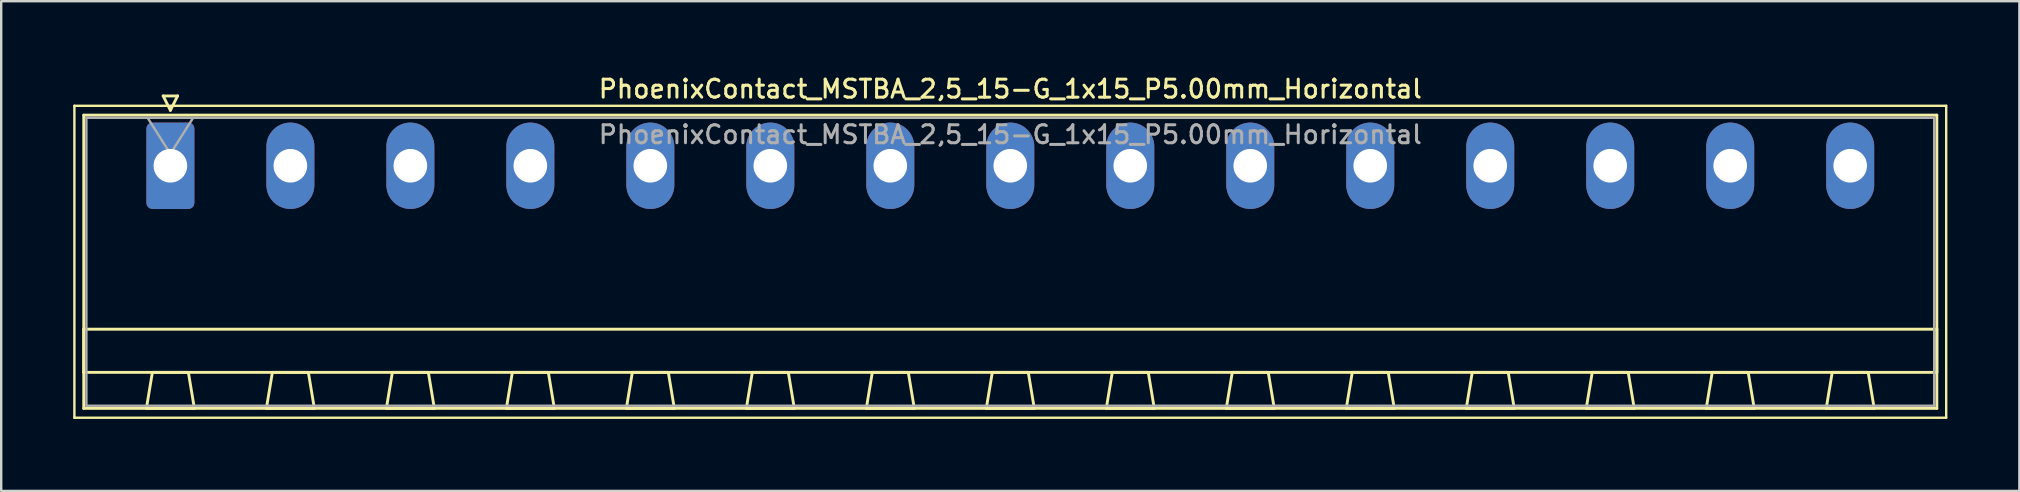
<source format=kicad_pcb>
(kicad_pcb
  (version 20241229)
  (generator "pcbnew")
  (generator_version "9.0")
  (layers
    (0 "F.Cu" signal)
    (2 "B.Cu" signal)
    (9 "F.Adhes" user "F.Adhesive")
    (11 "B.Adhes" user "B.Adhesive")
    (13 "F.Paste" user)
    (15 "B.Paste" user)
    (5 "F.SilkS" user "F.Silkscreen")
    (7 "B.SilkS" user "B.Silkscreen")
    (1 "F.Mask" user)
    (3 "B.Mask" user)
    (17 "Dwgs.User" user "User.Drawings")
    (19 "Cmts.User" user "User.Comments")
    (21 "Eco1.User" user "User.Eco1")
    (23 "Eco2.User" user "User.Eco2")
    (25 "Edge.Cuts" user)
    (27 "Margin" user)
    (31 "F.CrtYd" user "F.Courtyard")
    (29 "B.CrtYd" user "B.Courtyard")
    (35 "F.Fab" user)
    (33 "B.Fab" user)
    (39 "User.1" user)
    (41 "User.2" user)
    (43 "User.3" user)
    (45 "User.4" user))
  (footprint "PhoenixContact_MSTBA_2,5_15-G_1x15_P5.00mm_Horizontal"
    (layer "F.Cu")
    (at 4.05 3.858)
    (property "Reference" "PhoenixContact_MSTBA_2,5_15-G_1x15_P5.00mm_Horizontal" (at 35 -3.2 0) (layer "F.SilkS") (effects (font (size 0.75 0.75) (thickness 0.125))))
    (attr through_hole)
    (fp_line (start -4 -2.5) (end -4 10.5) (stroke (width 0.1) (type solid)) (layer "F.SilkS"))
    (fp_line (start -4 10.5) (end 74 10.5) (stroke (width 0.1) (type solid)) (layer "F.SilkS"))
    (fp_line (start -3.61 -2.11) (end -3.61 10.11) (stroke (width 0.12) (type solid)) (layer "F.SilkS"))
    (fp_line (start -3.61 6.81) (end 73.61 6.81) (stroke (width 0.12) (type solid)) (layer "F.SilkS"))
    (fp_line (start -3.61 8.61) (end -3.61 6.81) (stroke (width 0.12) (type solid)) (layer "F.SilkS"))
    (fp_line (start -3.61 10.11) (end 73.61 10.11) (stroke (width 0.12) (type solid)) (layer "F.SilkS"))
    (fp_line (start -1 10.11) (end 1 10.11) (stroke (width 0.12) (type solid)) (layer "F.SilkS"))
    (fp_line (start -0.75 8.61) (end -1 10.11) (stroke (width 0.12) (type solid)) (layer "F.SilkS"))
    (fp_line (start -0.3 -2.91) (end 0.3 -2.91) (stroke (width 0.12) (type solid)) (layer "F.SilkS"))
    (fp_line (start 0 -2.31) (end -0.3 -2.91) (stroke (width 0.12) (type solid)) (layer "F.SilkS"))
    (fp_line (start 0.3 -2.91) (end 0 -2.31) (stroke (width 0.12) (type solid)) (layer "F.SilkS"))
    (fp_line (start 0.75 8.61) (end -0.75 8.61) (stroke (width 0.12) (type solid)) (layer "F.SilkS"))
    (fp_line (start 1 10.11) (end 0.75 8.61) (stroke (width 0.12) (type solid)) (layer "F.SilkS"))
    (fp_line (start 4 10.11) (end 6 10.11) (stroke (width 0.12) (type solid)) (layer "F.SilkS"))
    (fp_line (start 4.25 8.61) (end 4 10.11) (stroke (width 0.12) (type solid)) (layer "F.SilkS"))
    (fp_line (start 5.75 8.61) (end 4.25 8.61) (stroke (width 0.12) (type solid)) (layer "F.SilkS"))
    (fp_line (start 6 10.11) (end 5.75 8.61) (stroke (width 0.12) (type solid)) (layer "F.SilkS"))
    (fp_line (start 9 10.11) (end 11 10.11) (stroke (width 0.12) (type solid)) (layer "F.SilkS"))
    (fp_line (start 9.25 8.61) (end 9 10.11) (stroke (width 0.12) (type solid)) (layer "F.SilkS"))
    (fp_line (start 10.75 8.61) (end 9.25 8.61) (stroke (width 0.12) (type solid)) (layer "F.SilkS"))
    (fp_line (start 11 10.11) (end 10.75 8.61) (stroke (width 0.12) (type solid)) (layer "F.SilkS"))
    (fp_line (start 14 10.11) (end 16 10.11) (stroke (width 0.12) (type solid)) (layer "F.SilkS"))
    (fp_line (start 14.25 8.61) (end 14 10.11) (stroke (width 0.12) (type solid)) (layer "F.SilkS"))
    (fp_line (start 15.75 8.61) (end 14.25 8.61) (stroke (width 0.12) (type solid)) (layer "F.SilkS"))
    (fp_line (start 16 10.11) (end 15.75 8.61) (stroke (width 0.12) (type solid)) (layer "F.SilkS"))
    (fp_line (start 19 10.11) (end 21 10.11) (stroke (width 0.12) (type solid)) (layer "F.SilkS"))
    (fp_line (start 19.25 8.61) (end 19 10.11) (stroke (width 0.12) (type solid)) (layer "F.SilkS"))
    (fp_line (start 20.75 8.61) (end 19.25 8.61) (stroke (width 0.12) (type solid)) (layer "F.SilkS"))
    (fp_line (start 21 10.11) (end 20.75 8.61) (stroke (width 0.12) (type solid)) (layer "F.SilkS"))
    (fp_line (start 24 10.11) (end 26 10.11) (stroke (width 0.12) (type solid)) (layer "F.SilkS"))
    (fp_line (start 24.25 8.61) (end 24 10.11) (stroke (width 0.12) (type solid)) (layer "F.SilkS"))
    (fp_line (start 25.75 8.61) (end 24.25 8.61) (stroke (width 0.12) (type solid)) (layer "F.SilkS"))
    (fp_line (start 26 10.11) (end 25.75 8.61) (stroke (width 0.12) (type solid)) (layer "F.SilkS"))
    (fp_line (start 29 10.11) (end 31 10.11) (stroke (width 0.12) (type solid)) (layer "F.SilkS"))
    (fp_line (start 29.25 8.61) (end 29 10.11) (stroke (width 0.12) (type solid)) (layer "F.SilkS"))
    (fp_line (start 30.75 8.61) (end 29.25 8.61) (stroke (width 0.12) (type solid)) (layer "F.SilkS"))
    (fp_line (start 31 10.11) (end 30.75 8.61) (stroke (width 0.12) (type solid)) (layer "F.SilkS"))
    (fp_line (start 34 10.11) (end 36 10.11) (stroke (width 0.12) (type solid)) (layer "F.SilkS"))
    (fp_line (start 34.25 8.61) (end 34 10.11) (stroke (width 0.12) (type solid)) (layer "F.SilkS"))
    (fp_line (start 35.75 8.61) (end 34.25 8.61) (stroke (width 0.12) (type solid)) (layer "F.SilkS"))
    (fp_line (start 36 10.11) (end 35.75 8.61) (stroke (width 0.12) (type solid)) (layer "F.SilkS"))
    (fp_line (start 39 10.11) (end 41 10.11) (stroke (width 0.12) (type solid)) (layer "F.SilkS"))
    (fp_line (start 39.25 8.61) (end 39 10.11) (stroke (width 0.12) (type solid)) (layer "F.SilkS"))
    (fp_line (start 40.75 8.61) (end 39.25 8.61) (stroke (width 0.12) (type solid)) (layer "F.SilkS"))
    (fp_line (start 41 10.11) (end 40.75 8.61) (stroke (width 0.12) (type solid)) (layer "F.SilkS"))
    (fp_line (start 44 10.11) (end 46 10.11) (stroke (width 0.12) (type solid)) (layer "F.SilkS"))
    (fp_line (start 44.25 8.61) (end 44 10.11) (stroke (width 0.12) (type solid)) (layer "F.SilkS"))
    (fp_line (start 45.75 8.61) (end 44.25 8.61) (stroke (width 0.12) (type solid)) (layer "F.SilkS"))
    (fp_line (start 46 10.11) (end 45.75 8.61) (stroke (width 0.12) (type solid)) (layer "F.SilkS"))
    (fp_line (start 49 10.11) (end 51 10.11) (stroke (width 0.12) (type solid)) (layer "F.SilkS"))
    (fp_line (start 49.25 8.61) (end 49 10.11) (stroke (width 0.12) (type solid)) (layer "F.SilkS"))
    (fp_line (start 50.75 8.61) (end 49.25 8.61) (stroke (width 0.12) (type solid)) (layer "F.SilkS"))
    (fp_line (start 51 10.11) (end 50.75 8.61) (stroke (width 0.12) (type solid)) (layer "F.SilkS"))
    (fp_line (start 54 10.11) (end 56 10.11) (stroke (width 0.12) (type solid)) (layer "F.SilkS"))
    (fp_line (start 54.25 8.61) (end 54 10.11) (stroke (width 0.12) (type solid)) (layer "F.SilkS"))
    (fp_line (start 55.75 8.61) (end 54.25 8.61) (stroke (width 0.12) (type solid)) (layer "F.SilkS"))
    (fp_line (start 56 10.11) (end 55.75 8.61) (stroke (width 0.12) (type solid)) (layer "F.SilkS"))
    (fp_line (start 59 10.11) (end 61 10.11) (stroke (width 0.12) (type solid)) (layer "F.SilkS"))
    (fp_line (start 59.25 8.61) (end 59 10.11) (stroke (width 0.12) (type solid)) (layer "F.SilkS"))
    (fp_line (start 60.75 8.61) (end 59.25 8.61) (stroke (width 0.12) (type solid)) (layer "F.SilkS"))
    (fp_line (start 61 10.11) (end 60.75 8.61) (stroke (width 0.12) (type solid)) (layer "F.SilkS"))
    (fp_line (start 64 10.11) (end 66 10.11) (stroke (width 0.12) (type solid)) (layer "F.SilkS"))
    (fp_line (start 64.25 8.61) (end 64 10.11) (stroke (width 0.12) (type solid)) (layer "F.SilkS"))
    (fp_line (start 65.75 8.61) (end 64.25 8.61) (stroke (width 0.12) (type solid)) (layer "F.SilkS"))
    (fp_line (start 66 10.11) (end 65.75 8.61) (stroke (width 0.12) (type solid)) (layer "F.SilkS"))
    (fp_line (start 69 10.11) (end 71 10.11) (stroke (width 0.12) (type solid)) (layer "F.SilkS"))
    (fp_line (start 69.25 8.61) (end 69 10.11) (stroke (width 0.12) (type solid)) (layer "F.SilkS"))
    (fp_line (start 70.75 8.61) (end 69.25 8.61) (stroke (width 0.12) (type solid)) (layer "F.SilkS"))
    (fp_line (start 71 10.11) (end 70.75 8.61) (stroke (width 0.12) (type solid)) (layer "F.SilkS"))
    (fp_line (start 73.61 -2.11) (end -3.61 -2.11) (stroke (width 0.12) (type solid)) (layer "F.SilkS"))
    (fp_line (start 73.61 6.81) (end 73.61 8.61) (stroke (width 0.12) (type solid)) (layer "F.SilkS"))
    (fp_line (start 73.61 8.61) (end -3.61 8.61) (stroke (width 0.12) (type solid)) (layer "F.SilkS"))
    (fp_line (start 73.61 10.11) (end 73.61 -2.11) (stroke (width 0.12) (type solid)) (layer "F.SilkS"))
    (fp_line (start 74 -2.5) (end -4 -2.5) (stroke (width 0.1) (type solid)) (layer "F.SilkS"))
    (fp_line (start 74 10.5) (end 74 -2.5) (stroke (width 0.1) (type solid)) (layer "F.SilkS"))
    (fp_line (start -3.5 -2) (end -3.5 10) (stroke (width 0.1) (type solid)) (layer "F.Fab"))
    (fp_line (start -3.5 10) (end 73.5 10) (stroke (width 0.1) (type solid)) (layer "F.Fab"))
    (fp_line (start 0 -0.5) (end -0.95 -2) (stroke (width 0.1) (type solid)) (layer "F.Fab"))
    (fp_line (start 0.95 -2) (end 0 -0.5) (stroke (width 0.1) (type solid)) (layer "F.Fab"))
    (fp_line (start 73.5 -2) (end -3.5 -2) (stroke (width 0.1) (type solid)) (layer "F.Fab"))
    (fp_line (start 73.5 10) (end 73.5 -2) (stroke (width 0.1) (type solid)) (layer "F.Fab"))
    (fp_text user "${REFERENCE}" (at 35 -1.3 0) (layer "F.Fab") (effects (font (size 0.75 0.75) (thickness 0.125))))
    (pad "1" thru_hole roundrect (at 0 0) (size 2 3.6) (drill 1.4) (layers "*.Cu" "*.Mask") (roundrect_rratio 0.125))
    (pad "2" thru_hole oval (at 5 0) (size 2 3.6) (drill 1.4) (layers "*.Cu" "*.Mask"))
    (pad "3" thru_hole oval (at 10 0) (size 2 3.6) (drill 1.4) (layers "*.Cu" "*.Mask"))
    (pad "4" thru_hole oval (at 15 0) (size 2 3.6) (drill 1.4) (layers "*.Cu" "*.Mask"))
    (pad "5" thru_hole oval (at 20 0) (size 2 3.6) (drill 1.4) (layers "*.Cu" "*.Mask"))
    (pad "6" thru_hole oval (at 25 0) (size 2 3.6) (drill 1.4) (layers "*.Cu" "*.Mask"))
    (pad "7" thru_hole oval (at 30 0) (size 2 3.6) (drill 1.4) (layers "*.Cu" "*.Mask"))
    (pad "8" thru_hole oval (at 35 0) (size 2 3.6) (drill 1.4) (layers "*.Cu" "*.Mask"))
    (pad "9" thru_hole oval (at 40 0) (size 2 3.6) (drill 1.4) (layers "*.Cu" "*.Mask"))
    (pad "10" thru_hole oval (at 45 0) (size 2 3.6) (drill 1.4) (layers "*.Cu" "*.Mask"))
    (pad "11" thru_hole oval (at 50 0) (size 2 3.6) (drill 1.4) (layers "*.Cu" "*.Mask"))
    (pad "12" thru_hole oval (at 55 0) (size 2 3.6) (drill 1.4) (layers "*.Cu" "*.Mask"))
    (pad "13" thru_hole oval (at 60 0) (size 2 3.6) (drill 1.4) (layers "*.Cu" "*.Mask"))
    (pad "14" thru_hole oval (at 65 0) (size 2 3.6) (drill 1.4) (layers "*.Cu" "*.Mask"))
    (pad "15" thru_hole oval (at 70 0) (size 2 3.6) (drill 1.4) (layers "*.Cu" "*.Mask")))
  (gr_rect
    (start -3 -3)
    (end 81.1 17.408)
    (stroke (width 0.1) (type default))
    (fill no)
    (layer "Edge.Cuts")))
</source>
